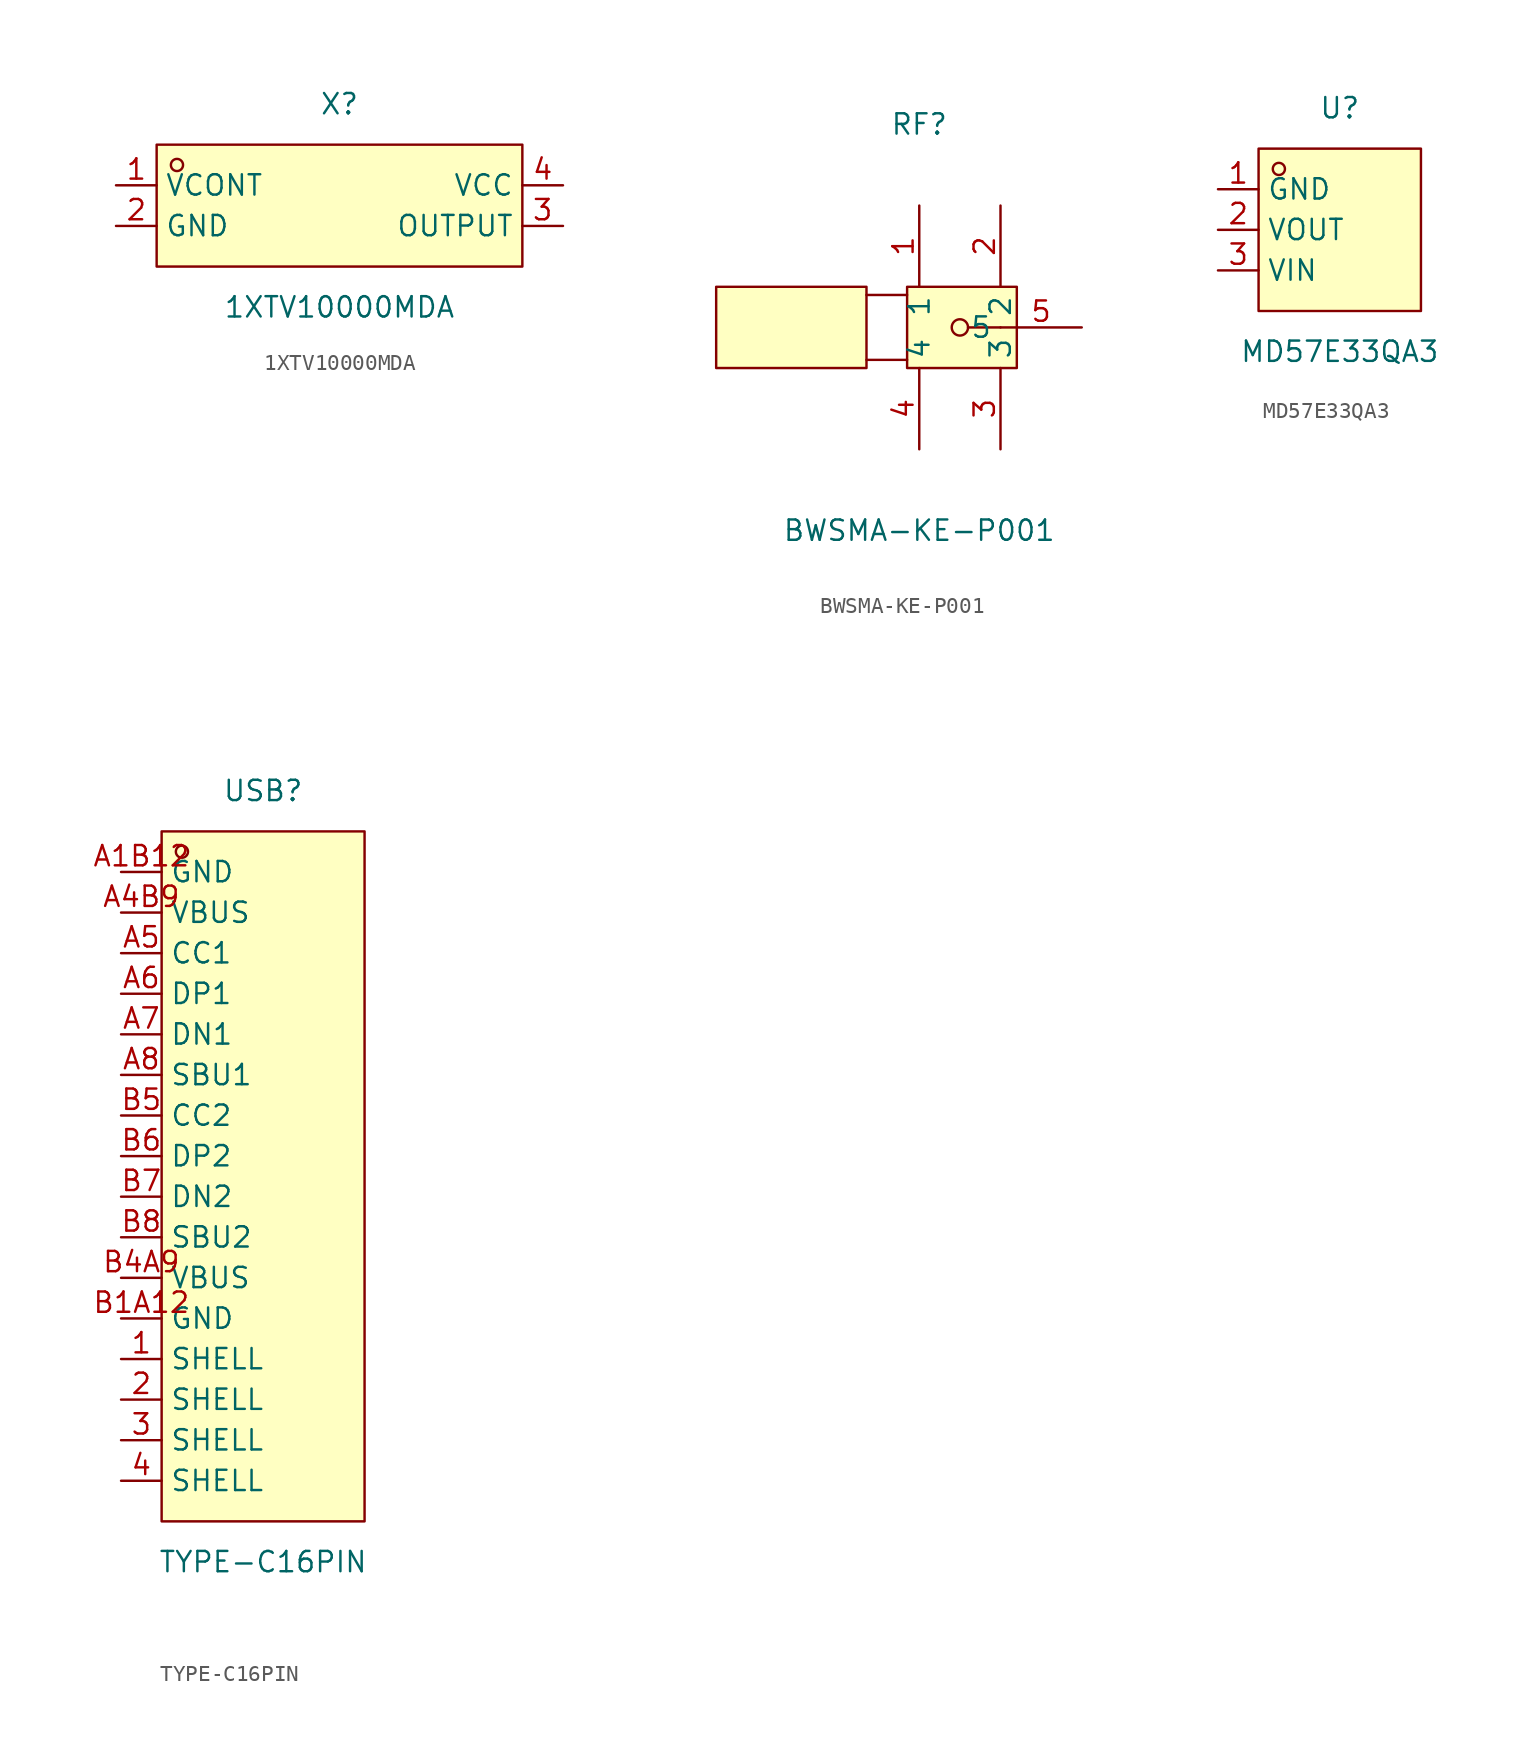
<source format=kicad_sym>
(kicad_symbol_lib
  (version 20211014)
  (generator https://github.com/uPesy/easyeda2kicad.py)
  (symbol "1XTV10000MDA"
    (property "Reference" "X"
      (at 0 6.35 0)
      (effects (font (size 1.27 1.27))))
    (property "Value" "1XTV10000MDA"
      (at 0 -6.35 0)
      (effects (font (size 1.27 1.27))))
    (symbol "1XTV10000MDA_0_1"
      (rectangle (start -11.43 3.81) (end 11.43 -3.81) (stroke (width 0) (type default) (color 0 0 0 0)) (fill (type background)))
      (circle (center -10.16 2.54) (radius 0.38) (stroke (width 0) (type default) (color 0 0 0 0)) (fill (type none)))
      (pin unspecified line (at -13.97 1.27 0) (length 2.54) (name "VCONT" (effects (font (size 1.27 1.27)))) (number "1" (effects (font (size 1.27 1.27)))))
      (pin unspecified line (at -13.97 -1.27 0) (length 2.54) (name "GND" (effects (font (size 1.27 1.27)))) (number "2" (effects (font (size 1.27 1.27)))))
      (pin unspecified line (at 13.97 -1.27 180) (length 2.54) (name "OUTPUT" (effects (font (size 1.27 1.27)))) (number "3" (effects (font (size 1.27 1.27)))))
      (pin unspecified line (at 13.97 1.27 180) (length 2.54) (name "VCC" (effects (font (size 1.27 1.27)))) (number "4" (effects (font (size 1.27 1.27)))))))
  (symbol "BWSMA-KE-P001"
    (property "Reference" "RF"
      (at 0 12.70 0)
      (effects (font (size 1.27 1.27))))
    (property "Value" "BWSMA-KE-P001"
      (at 0 -12.70 0)
      (effects (font (size 1.27 1.27))))
    (symbol "BWSMA-KE-P001_0_1"
      (rectangle (start -12.70 2.54) (end -3.30 -2.54) (stroke (width 0) (type default) (color 0 0 0 0)) (fill (type background)))
      (rectangle (start -0.76 2.54) (end 6.10 -2.54) (stroke (width 0) (type default) (color 0 0 0 0)) (fill (type background)))
      (circle (center 2.54 -0.00) (radius 0.51) (stroke (width 0) (type default) (color 0 0 0 0)) (fill (type none)))
      (polyline (pts (xy -3.30 2.03) (xy -0.76 2.03)) (stroke (width 0) (type default) (color 0 0 0 0)) (fill (type none)))
      (polyline (pts (xy -3.30 -2.03) (xy -0.76 -2.03)) (stroke (width 0) (type default) (color 0 0 0 0)) (fill (type none)))
      (polyline (pts (xy 3.05 -0.00) (xy 5.08 -0.00)) (stroke (width 0) (type default) (color 0 0 0 0)) (fill (type none)))
      (pin unspecified line (at 0.00 7.62 270) (length 5.08) (name "1" (effects (font (size 1.27 1.27)))) (number "1" (effects (font (size 1.27 1.27)))))
      (pin unspecified line (at 5.08 7.62 270) (length 5.08) (name "2" (effects (font (size 1.27 1.27)))) (number "2" (effects (font (size 1.27 1.27)))))
      (pin unspecified line (at 5.08 -7.62 90) (length 5.08) (name "3" (effects (font (size 1.27 1.27)))) (number "3" (effects (font (size 1.27 1.27)))))
      (pin unspecified line (at 0.00 -7.62 90) (length 5.08) (name "4" (effects (font (size 1.27 1.27)))) (number "4" (effects (font (size 1.27 1.27)))))
      (pin unspecified line (at 10.16 -0.00 180) (length 5.08) (name "5" (effects (font (size 1.27 1.27)))) (number "5" (effects (font (size 1.27 1.27)))))))
  (symbol "MD57E33QA3"
    (property "Reference" "U"
      (at 0 7.62 0)
      (effects (font (size 1.27 1.27))))
    (property "Value" "MD57E33QA3"
      (at 0 -7.62 0)
      (effects (font (size 1.27 1.27))))
    (symbol "MD57E33QA3_0_1"
      (rectangle (start -5.08 5.08) (end 5.08 -5.08) (stroke (width 0) (type default) (color 0 0 0 0)) (fill (type background)))
      (circle (center -3.81 3.81) (radius 0.38) (stroke (width 0) (type default) (color 0 0 0 0)) (fill (type none)))
      (pin unspecified line (at -7.62 2.54 0) (length 2.54) (name "GND" (effects (font (size 1.27 1.27)))) (number "1" (effects (font (size 1.27 1.27)))))
      (pin unspecified line (at -7.62 -0.00 0) (length 2.54) (name "VOUT" (effects (font (size 1.27 1.27)))) (number "2" (effects (font (size 1.27 1.27)))))
      (pin unspecified line (at -7.62 -2.54 0) (length 2.54) (name "VIN" (effects (font (size 1.27 1.27)))) (number "3" (effects (font (size 1.27 1.27)))))))
  (symbol "TYPE-C16PIN"
    (property "Reference" "USB"
      (at 0 24.13 0)
      (effects (font (size 1.27 1.27))))
    (property "Value" "TYPE-C16PIN"
      (at 0 -24.13 0)
      (effects (font (size 1.27 1.27))))
    (symbol "TYPE-C16PIN_0_1"
      (rectangle (start -6.35 21.59) (end 6.35 -21.59) (stroke (width 0) (type default) (color 0 0 0 0)) (fill (type background)))
      (circle (center -5.08 20.32) (radius 0.38) (stroke (width 0) (type default) (color 0 0 0 0)) (fill (type none)))
      (pin unspecified line (at -8.89 19.05 0) (length 2.54) (name "GND" (effects (font (size 1.27 1.27)))) (number "A1B12" (effects (font (size 1.27 1.27)))))
      (pin unspecified line (at -8.89 16.51 0) (length 2.54) (name "VBUS" (effects (font (size 1.27 1.27)))) (number "A4B9" (effects (font (size 1.27 1.27)))))
      (pin unspecified line (at -8.89 13.97 0) (length 2.54) (name "CC1" (effects (font (size 1.27 1.27)))) (number "A5" (effects (font (size 1.27 1.27)))))
      (pin unspecified line (at -8.89 11.43 0) (length 2.54) (name "DP1" (effects (font (size 1.27 1.27)))) (number "A6" (effects (font (size 1.27 1.27)))))
      (pin unspecified line (at -8.89 8.89 0) (length 2.54) (name "DN1" (effects (font (size 1.27 1.27)))) (number "A7" (effects (font (size 1.27 1.27)))))
      (pin unspecified line (at -8.89 6.35 0) (length 2.54) (name "SBU1" (effects (font (size 1.27 1.27)))) (number "A8" (effects (font (size 1.27 1.27)))))
      (pin unspecified line (at -8.89 3.81 0) (length 2.54) (name "CC2" (effects (font (size 1.27 1.27)))) (number "B5" (effects (font (size 1.27 1.27)))))
      (pin unspecified line (at -8.89 1.27 0) (length 2.54) (name "DP2" (effects (font (size 1.27 1.27)))) (number "B6" (effects (font (size 1.27 1.27)))))
      (pin unspecified line (at -8.89 -1.27 0) (length 2.54) (name "DN2" (effects (font (size 1.27 1.27)))) (number "B7" (effects (font (size 1.27 1.27)))))
      (pin unspecified line (at -8.89 -3.81 0) (length 2.54) (name "SBU2" (effects (font (size 1.27 1.27)))) (number "B8" (effects (font (size 1.27 1.27)))))
      (pin unspecified line (at -8.89 -6.35 0) (length 2.54) (name "VBUS" (effects (font (size 1.27 1.27)))) (number "B4A9" (effects (font (size 1.27 1.27)))))
      (pin unspecified line (at -8.89 -8.89 0) (length 2.54) (name "GND" (effects (font (size 1.27 1.27)))) (number "B1A12" (effects (font (size 1.27 1.27)))))
      (pin unspecified line (at -8.89 -11.43 0) (length 2.54) (name "SHELL" (effects (font (size 1.27 1.27)))) (number "1" (effects (font (size 1.27 1.27)))))
      (pin unspecified line (at -8.89 -13.97 0) (length 2.54) (name "SHELL" (effects (font (size 1.27 1.27)))) (number "2" (effects (font (size 1.27 1.27)))))
      (pin unspecified line (at -8.89 -16.51 0) (length 2.54) (name "SHELL" (effects (font (size 1.27 1.27)))) (number "3" (effects (font (size 1.27 1.27)))))
      (pin unspecified line (at -8.89 -19.05 0) (length 2.54) (name "SHELL" (effects (font (size 1.27 1.27)))) (number "4" (effects (font (size 1.27 1.27))))))))
</source>
